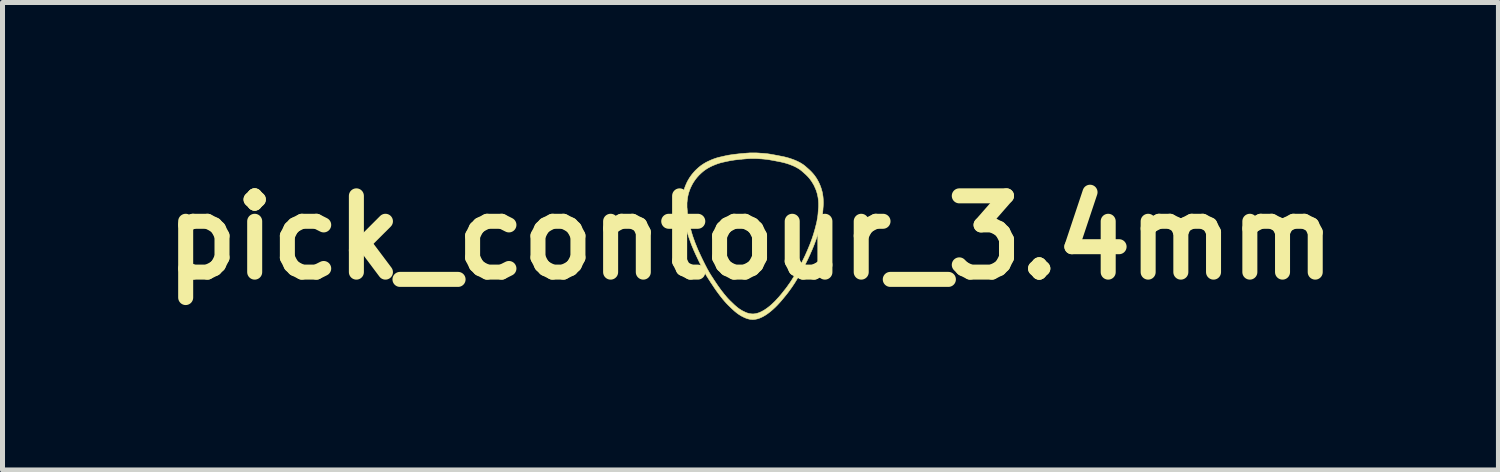
<source format=kicad_pcb>
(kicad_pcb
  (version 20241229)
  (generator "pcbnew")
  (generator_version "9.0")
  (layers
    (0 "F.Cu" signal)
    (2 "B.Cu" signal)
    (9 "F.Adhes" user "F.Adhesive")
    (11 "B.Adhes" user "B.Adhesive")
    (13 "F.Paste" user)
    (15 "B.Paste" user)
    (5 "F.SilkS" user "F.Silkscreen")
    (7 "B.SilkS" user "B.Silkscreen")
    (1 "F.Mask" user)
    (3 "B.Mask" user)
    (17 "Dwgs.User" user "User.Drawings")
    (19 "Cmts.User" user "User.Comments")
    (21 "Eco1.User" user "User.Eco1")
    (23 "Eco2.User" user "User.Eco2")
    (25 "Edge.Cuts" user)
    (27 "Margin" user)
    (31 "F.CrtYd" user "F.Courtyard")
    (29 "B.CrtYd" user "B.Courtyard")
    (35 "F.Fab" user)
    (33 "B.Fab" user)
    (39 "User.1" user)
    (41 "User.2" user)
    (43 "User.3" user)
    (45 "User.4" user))
  (footprint "pick_contour_3.4mm"
    (layer "F.Cu")
    (at 11.945 1.698)
    (property "Reference" "pick_contour_3.4mm" (at 0 0 0) (layer "F.SilkS") (effects (font (size 1.524 1.524) (thickness 0.3))))
    (attr through_hole)
    (fp_poly (pts (xy 0.15 -1.691) (xy 0.17 -1.69) (xy 0.188 -1.688) (xy 0.205 -1.687) (xy 0.222 -1.686) (xy 0.237 -1.685) (xy 0.252 -1.684) (xy 0.265 -1.683) (xy 0.278 -1.682) (xy 0.29 -1.681) (xy 0.301 -1.68) (xy 0.311 -1.679) (xy 0.321 -1.678) (xy 0.33 -1.677) (xy 0.338 -1.676) (xy 0.346 -1.675) (xy 0.354 -1.674) (xy 0.36 -1.673) (xy 0.362 -1.673) (xy 0.367 -1.672) (xy 0.374 -1.671) (xy 0.381 -1.67) (xy 0.39 -1.669) (xy 0.399 -1.667) (xy 0.409 -1.665) (xy 0.42 -1.663) (xy 0.432 -1.661) (xy 0.444 -1.659) (xy 0.457 -1.657) (xy 0.47 -1.654) (xy 0.484 -1.652) (xy 0.498 -1.649) (xy 0.502 -1.648) (xy 0.514 -1.646) (xy 0.526 -1.644) (xy 0.538 -1.642) (xy 0.55 -1.639) (xy 0.562 -1.637) (xy 0.574 -1.635) (xy 0.585 -1.632) (xy 0.597 -1.63) (xy 0.607 -1.628) (xy 0.617 -1.626) (xy 0.627 -1.624) (xy 0.635 -1.622) (xy 0.643 -1.621) (xy 0.651 -1.619) (xy 0.657 -1.618) (xy 0.662 -1.617) (xy 0.664 -1.617) (xy 0.701 -1.608) (xy 0.738 -1.598) (xy 0.774 -1.588) (xy 0.809 -1.576) (xy 0.844 -1.564) (xy 0.878 -1.551) (xy 0.907 -1.539) (xy 0.931 -1.528) (xy 0.954 -1.517) (xy 0.976 -1.506) (xy 0.998 -1.494) (xy 1.018 -1.482) (xy 1.032 -1.473) (xy 1.042 -1.467) (xy 1.051 -1.461) (xy 1.06 -1.455) (xy 1.068 -1.448) (xy 1.077 -1.442) (xy 1.085 -1.435) (xy 1.094 -1.428) (xy 1.103 -1.42) (xy 1.112 -1.412) (xy 1.122 -1.403) (xy 1.127 -1.399) (xy 1.132 -1.395) (xy 1.137 -1.39) (xy 1.142 -1.386) (xy 1.148 -1.381) (xy 1.153 -1.376) (xy 1.157 -1.372) (xy 1.159 -1.371) (xy 1.165 -1.365) (xy 1.171 -1.36) (xy 1.176 -1.356) (xy 1.18 -1.352) (xy 1.184 -1.348) (xy 1.188 -1.344) (xy 1.192 -1.34) (xy 1.196 -1.336) (xy 1.201 -1.332) (xy 1.202 -1.331) (xy 1.223 -1.309) (xy 1.243 -1.287) (xy 1.263 -1.264) (xy 1.281 -1.241) (xy 1.299 -1.216) (xy 1.316 -1.191) (xy 1.332 -1.165) (xy 1.347 -1.138) (xy 1.362 -1.111) (xy 1.364 -1.106) (xy 1.377 -1.079) (xy 1.389 -1.051) (xy 1.4 -1.023) (xy 1.41 -0.995) (xy 1.419 -0.967) (xy 1.427 -0.938) (xy 1.435 -0.909) (xy 1.441 -0.88) (xy 1.444 -0.859) (xy 1.447 -0.839) (xy 1.45 -0.818) (xy 1.452 -0.796) (xy 1.454 -0.774) (xy 1.455 -0.752) (xy 1.456 -0.729) (xy 1.457 -0.707) (xy 1.457 -0.686) (xy 1.457 -0.683) (xy 1.457 -0.68) (xy 1.456 -0.677) (xy 1.456 -0.674) (xy 1.456 -0.671) (xy 1.456 -0.668) (xy 1.456 -0.665) (xy 1.456 -0.662) (xy 1.456 -0.659) (xy 1.456 -0.655) (xy 1.455 -0.652) (xy 1.455 -0.648) (xy 1.455 -0.643) (xy 1.454 -0.638) (xy 1.454 -0.632) (xy 1.454 -0.626) (xy 1.453 -0.619) (xy 1.453 -0.612) (xy 1.452 -0.603) (xy 1.451 -0.594) (xy 1.45 -0.584) (xy 1.45 -0.573) (xy 1.449 -0.561) (xy 1.448 -0.548) (xy 1.448 -0.548) (xy 1.446 -0.532) (xy 1.445 -0.517) (xy 1.444 -0.503) (xy 1.442 -0.49) (xy 1.441 -0.477) (xy 1.44 -0.465) (xy 1.438 -0.453) (xy 1.437 -0.442) (xy 1.435 -0.431) (xy 1.434 -0.419) (xy 1.432 -0.408) (xy 1.43 -0.397) (xy 1.428 -0.385) (xy 1.425 -0.373) (xy 1.423 -0.361) (xy 1.419 -0.343) (xy 1.415 -0.325) (xy 1.411 -0.306) (xy 1.407 -0.287) (xy 1.402 -0.268) (xy 1.397 -0.248) (xy 1.392 -0.228) (xy 1.386 -0.207) (xy 1.38 -0.185) (xy 1.374 -0.162) (xy 1.367 -0.139) (xy 1.36 -0.115) (xy 1.358 -0.106) (xy 1.35 -0.08) (xy 1.342 -0.054) (xy 1.334 -0.028) (xy 1.325 -0.002) (xy 1.316 0.024) (xy 1.307 0.05) (xy 1.297 0.077) (xy 1.287 0.103) (xy 1.277 0.131) (xy 1.266 0.158) (xy 1.255 0.186) (xy 1.243 0.215) (xy 1.231 0.244) (xy 1.218 0.274) (xy 1.204 0.304) (xy 1.191 0.336) (xy 1.176 0.368) (xy 1.17 0.38) (xy 1.161 0.401) (xy 1.151 0.421) (xy 1.142 0.441) (xy 1.132 0.461) (xy 1.122 0.481) (xy 1.112 0.501) (xy 1.102 0.522) (xy 1.092 0.542) (xy 1.081 0.562) (xy 1.07 0.583) (xy 1.058 0.605) (xy 1.046 0.627) (xy 1.034 0.649) (xy 1.021 0.672) (xy 1.008 0.696) (xy 0.997 0.715) (xy 0.993 0.723) (xy 0.988 0.731) (xy 0.983 0.739) (xy 0.978 0.748) (xy 0.972 0.758) (xy 0.967 0.767) (xy 0.961 0.777) (xy 0.956 0.786) (xy 0.95 0.796) (xy 0.945 0.805) (xy 0.94 0.814) (xy 0.935 0.822) (xy 0.93 0.831) (xy 0.926 0.838) (xy 0.921 0.845) (xy 0.918 0.851) (xy 0.915 0.857) (xy 0.912 0.86) (xy 0.893 0.892) (xy 0.873 0.923) (xy 0.852 0.954) (xy 0.831 0.986) (xy 0.808 1.018) (xy 0.785 1.05) (xy 0.761 1.083) (xy 0.736 1.116) (xy 0.71 1.149) (xy 0.683 1.182) (xy 0.655 1.216) (xy 0.633 1.242) (xy 0.612 1.267) (xy 0.591 1.291) (xy 0.57 1.314) (xy 0.55 1.336) (xy 0.53 1.357) (xy 0.51 1.377) (xy 0.49 1.397) (xy 0.47 1.415) (xy 0.451 1.433) (xy 0.43 1.451) (xy 0.409 1.469) (xy 0.388 1.486) (xy 0.367 1.502) (xy 0.346 1.518) (xy 0.326 1.532) (xy 0.305 1.546) (xy 0.285 1.558) (xy 0.265 1.57) (xy 0.245 1.581) (xy 0.226 1.59) (xy 0.206 1.599) (xy 0.188 1.607) (xy 0.169 1.614) (xy 0.154 1.619) (xy 0.144 1.622) (xy 0.134 1.625) (xy 0.123 1.627) (xy 0.113 1.629) (xy 0.102 1.631) (xy 0.09 1.633) (xy 0.081 1.635) (xy 0.078 1.635) (xy 0.073 1.636) (xy 0.068 1.636) (xy 0.063 1.636) (xy 0.057 1.636) (xy 0.052 1.637) (xy 0.047 1.637) (xy 0.043 1.637) (xy 0.04 1.637) (xy 0.031 1.636) (xy 0.023 1.635) (xy 0.016 1.635) (xy 0.01 1.634) (xy 0.004 1.634) (xy -0.001 1.633) (xy -0.006 1.632) (xy -0.011 1.631) (xy -0.016 1.631) (xy -0.021 1.63) (xy -0.027 1.629) (xy -0.028 1.628) (xy -0.042 1.625) (xy -0.057 1.621) (xy -0.072 1.616) (xy -0.087 1.611) (xy -0.103 1.604) (xy -0.12 1.597) (xy -0.137 1.589) (xy -0.154 1.58) (xy -0.18 1.567) (xy -0.205 1.552) (xy -0.229 1.537) (xy -0.253 1.52) (xy -0.276 1.503) (xy -0.298 1.485) (xy -0.307 1.478) (xy -0.314 1.472) (xy -0.322 1.465) (xy -0.331 1.457) (xy -0.34 1.449) (xy -0.349 1.44) (xy -0.359 1.432) (xy -0.369 1.422) (xy -0.379 1.413) (xy -0.389 1.403) (xy -0.399 1.394) (xy -0.409 1.384) (xy -0.419 1.374) (xy -0.428 1.365) (xy -0.438 1.356) (xy -0.447 1.347) (xy -0.455 1.339) (xy -0.462 1.331) (xy -0.469 1.324) (xy -0.475 1.318) (xy -0.484 1.309) (xy -0.493 1.298) (xy -0.503 1.287) (xy -0.513 1.276) (xy -0.524 1.263) (xy -0.535 1.25) (xy -0.546 1.237) (xy -0.558 1.223) (xy -0.569 1.208) (xy -0.581 1.194) (xy -0.593 1.179) (xy -0.604 1.164) (xy -0.616 1.149) (xy -0.628 1.133) (xy -0.639 1.118) (xy -0.65 1.103) (xy -0.66 1.09) (xy -0.665 1.083) (xy -0.67 1.076) (xy -0.675 1.069) (xy -0.68 1.062) (xy -0.685 1.055) (xy -0.69 1.049) (xy -0.694 1.042) (xy -0.699 1.035) (xy -0.704 1.027) (xy -0.71 1.02) (xy -0.715 1.012) (xy -0.721 1.003) (xy -0.727 0.994) (xy -0.734 0.984) (xy -0.741 0.973) (xy -0.749 0.961) (xy -0.752 0.957) (xy -0.764 0.938) (xy -0.777 0.919) (xy -0.789 0.902) (xy -0.8 0.885) (xy -0.81 0.868) (xy -0.821 0.852) (xy -0.83 0.837) (xy -0.84 0.823) (xy -0.849 0.808) (xy -0.857 0.794) (xy -0.866 0.781) (xy -0.874 0.768) (xy -0.882 0.755) (xy -0.889 0.742) (xy -0.897 0.729) (xy -0.904 0.716) (xy -0.912 0.703) (xy -0.919 0.69) (xy -0.926 0.677) (xy -0.933 0.663) (xy -0.941 0.649) (xy -0.948 0.635) (xy -0.956 0.621) (xy -0.963 0.606) (xy -0.971 0.591) (xy -0.979 0.574) (xy -0.988 0.558) (xy -0.991 0.551) (xy -0.998 0.536) (xy -1.006 0.521) (xy -1.014 0.505) (xy -1.022 0.488) (xy -1.03 0.472) (xy -1.038 0.455) (xy -1.046 0.438) (xy -1.054 0.421) (xy -1.062 0.404) (xy -1.07 0.387) (xy -1.078 0.371) (xy -1.085 0.355) (xy -1.093 0.339) (xy -1.1 0.324) (xy -1.106 0.31) (xy -1.112 0.296) (xy -1.118 0.283) (xy -1.124 0.271) (xy -1.125 0.269) (xy -1.145 0.221) (xy -1.165 0.174) (xy -1.184 0.126) (xy -1.201 0.079) (xy -1.218 0.032) (xy -1.234 -0.014) (xy -1.249 -0.061) (xy -1.264 -0.108) (xy -1.277 -0.155) (xy -1.29 -0.203) (xy -1.302 -0.25) (xy -1.314 -0.299) (xy -1.324 -0.347) (xy -1.332 -0.384) (xy -1.335 -0.4) (xy -1.338 -0.414) (xy -1.34 -0.428) (xy -1.343 -0.44) (xy -1.345 -0.452) (xy -1.347 -0.463) (xy -1.348 -0.474) (xy -1.35 -0.484) (xy -1.351 -0.493) (xy -1.352 -0.501) (xy -1.353 -0.51) (xy -1.354 -0.518) (xy -1.355 -0.525) (xy -1.356 -0.533) (xy -1.356 -0.54) (xy -1.357 -0.548) (xy -1.357 -0.549) (xy -1.357 -0.565) (xy -1.358 -0.578) (xy -1.359 -0.591) (xy -1.36 -0.603) (xy -1.361 -0.614) (xy -1.362 -0.623) (xy -1.363 -0.632) (xy -1.363 -0.637) (xy -1.365 -0.65) (xy -1.365 -0.698) (xy -1.27 -0.698) (xy -1.27 -0.605) (xy -1.268 -0.593) (xy -1.267 -0.587) (xy -1.266 -0.58) (xy -1.266 -0.572) (xy -1.265 -0.563) (xy -1.264 -0.553) (xy -1.263 -0.542) (xy -1.263 -0.53) (xy -1.262 -0.518) (xy -1.262 -0.514) (xy -1.261 -0.507) (xy -1.261 -0.5) (xy -1.261 -0.494) (xy -1.26 -0.487) (xy -1.259 -0.481) (xy -1.259 -0.474) (xy -1.258 -0.467) (xy -1.257 -0.46) (xy -1.256 -0.452) (xy -1.254 -0.444) (xy -1.253 -0.435) (xy -1.251 -0.426) (xy -1.249 -0.415) (xy -1.247 -0.404) (xy -1.245 -0.392) (xy -1.245 -0.39) (xy -1.235 -0.343) (xy -1.226 -0.297) (xy -1.215 -0.252) (xy -1.204 -0.207) (xy -1.192 -0.162) (xy -1.18 -0.118) (xy -1.167 -0.073) (xy -1.153 -0.029) (xy -1.138 0.014) (xy -1.122 0.058) (xy -1.106 0.103) (xy -1.088 0.147) (xy -1.07 0.192) (xy -1.051 0.237) (xy -1.049 0.242) (xy -1.044 0.253) (xy -1.038 0.266) (xy -1.032 0.279) (xy -1.025 0.294) (xy -1.018 0.309) (xy -1.011 0.325) (xy -1.003 0.342) (xy -1.001 0.346) (xy -0.999 0.351) (xy -0.996 0.356) (xy -0.994 0.361) (xy -0.992 0.366) (xy -0.99 0.371) (xy -0.988 0.375) (xy -0.986 0.378) (xy -0.986 0.379) (xy -0.98 0.391) (xy -0.973 0.405) (xy -0.967 0.419) (xy -0.96 0.433) (xy -0.953 0.448) (xy -0.945 0.463) (xy -0.938 0.478) (xy -0.931 0.492) (xy -0.924 0.506) (xy -0.917 0.52) (xy -0.91 0.533) (xy -0.904 0.546) (xy -0.898 0.557) (xy -0.891 0.571) (xy -0.884 0.584) (xy -0.877 0.598) (xy -0.871 0.61) (xy -0.864 0.623) (xy -0.857 0.635) (xy -0.851 0.646) (xy -0.844 0.658) (xy -0.838 0.67) (xy -0.831 0.681) (xy -0.825 0.693) (xy -0.818 0.704) (xy -0.811 0.716) (xy -0.803 0.728) (xy -0.796 0.74) (xy -0.788 0.753) (xy -0.78 0.766) (xy -0.771 0.779) (xy -0.762 0.793) (xy -0.753 0.807) (xy -0.743 0.822) (xy -0.733 0.838) (xy -0.722 0.855) (xy -0.71 0.872) (xy -0.7 0.888) (xy -0.692 0.9) (xy -0.684 0.911) (xy -0.677 0.922) (xy -0.67 0.932) (xy -0.664 0.941) (xy -0.658 0.95) (xy -0.652 0.958) (xy -0.647 0.966) (xy -0.642 0.974) (xy -0.636 0.981) (xy -0.631 0.988) (xy -0.626 0.995) (xy -0.621 1.002) (xy -0.616 1.009) (xy -0.611 1.017) (xy -0.605 1.024) (xy -0.601 1.03) (xy -0.59 1.045) (xy -0.579 1.06) (xy -0.567 1.075) (xy -0.555 1.09) (xy -0.543 1.105) (xy -0.532 1.12) (xy -0.52 1.135) (xy -0.508 1.149) (xy -0.496 1.163) (xy -0.485 1.177) (xy -0.474 1.189) (xy -0.464 1.201) (xy -0.46 1.205) (xy -0.455 1.212) (xy -0.448 1.218) (xy -0.441 1.226) (xy -0.434 1.234) (xy -0.425 1.242) (xy -0.417 1.251) (xy -0.408 1.26) (xy -0.398 1.269) (xy -0.388 1.279) (xy -0.378 1.288) (xy -0.368 1.298) (xy -0.358 1.308) (xy -0.348 1.317) (xy -0.338 1.327) (xy -0.329 1.336) (xy -0.319 1.345) (xy -0.31 1.353) (xy -0.301 1.361) (xy -0.292 1.369) (xy -0.285 1.375) (xy -0.283 1.376) (xy -0.262 1.394) (xy -0.239 1.412) (xy -0.216 1.428) (xy -0.192 1.443) (xy -0.168 1.458) (xy -0.143 1.471) (xy -0.136 1.474) (xy -0.122 1.481) (xy -0.109 1.487) (xy -0.097 1.493) (xy -0.085 1.498) (xy -0.074 1.502) (xy -0.063 1.506) (xy -0.052 1.509) (xy -0.041 1.512) (xy -0.03 1.515) (xy -0.025 1.516) (xy -0.019 1.517) (xy -0.013 1.518) (xy -0.007 1.519) (xy -0.001 1.52) (xy 0.006 1.521) (xy 0.013 1.522) (xy 0.022 1.523) (xy 0.031 1.524) (xy 0.04 1.524) (xy 0.042 1.524) (xy 0.045 1.524) (xy 0.049 1.524) (xy 0.053 1.524) (xy 0.057 1.524) (xy 0.061 1.524) (xy 0.065 1.524) (xy 0.068 1.524) (xy 0.07 1.523) (xy 0.08 1.522) (xy 0.091 1.521) (xy 0.102 1.519) (xy 0.113 1.516) (xy 0.124 1.514) (xy 0.135 1.511) (xy 0.146 1.508) (xy 0.151 1.507) (xy 0.167 1.501) (xy 0.184 1.494) (xy 0.201 1.487) (xy 0.219 1.479) (xy 0.237 1.469) (xy 0.255 1.459) (xy 0.273 1.449) (xy 0.291 1.437) (xy 0.309 1.425) (xy 0.314 1.422) (xy 0.336 1.406) (xy 0.357 1.39) (xy 0.378 1.374) (xy 0.399 1.356) (xy 0.42 1.338) (xy 0.441 1.318) (xy 0.462 1.298) (xy 0.484 1.277) (xy 0.505 1.255) (xy 0.527 1.231) (xy 0.549 1.207) (xy 0.566 1.189) (xy 0.589 1.162) (xy 0.612 1.135) (xy 0.634 1.108) (xy 0.656 1.08) (xy 0.678 1.052) (xy 0.7 1.025) (xy 0.721 0.997) (xy 0.741 0.97) (xy 0.76 0.942) (xy 0.779 0.916) (xy 0.795 0.893) (xy 0.8 0.885) (xy 0.805 0.878) (xy 0.81 0.87) (xy 0.815 0.863) (xy 0.819 0.856) (xy 0.824 0.849) (xy 0.829 0.841) (xy 0.833 0.834) (xy 0.838 0.826) (xy 0.843 0.818) (xy 0.848 0.809) (xy 0.854 0.8) (xy 0.86 0.791) (xy 0.865 0.781) (xy 0.872 0.77) (xy 0.878 0.759) (xy 0.885 0.747) (xy 0.893 0.734) (xy 0.901 0.72) (xy 0.909 0.706) (xy 0.929 0.672) (xy 0.947 0.639) (xy 0.965 0.607) (xy 0.983 0.575) (xy 0.999 0.545) (xy 1.015 0.515) (xy 1.03 0.486) (xy 1.044 0.457) (xy 1.058 0.43) (xy 1.071 0.403) (xy 1.083 0.377) (xy 1.084 0.376) (xy 1.101 0.339) (xy 1.116 0.304) (xy 1.132 0.269) (xy 1.146 0.236) (xy 1.16 0.203) (xy 1.173 0.171) (xy 1.186 0.14) (xy 1.198 0.109) (xy 1.209 0.08) (xy 1.21 0.076) (xy 1.217 0.057) (xy 1.224 0.038) (xy 1.231 0.019) (xy 1.237 -0.000154) (xy 1.244 -0.019) (xy 1.25 -0.039) (xy 1.256 -0.058) (xy 1.263 -0.079) (xy 1.269 -0.1) (xy 1.275 -0.122) (xy 1.282 -0.144) (xy 1.29 -0.173) (xy 1.297 -0.201) (xy 1.304 -0.228) (xy 1.311 -0.254) (xy 1.317 -0.279) (xy 1.323 -0.304) (xy 1.328 -0.327) (xy 1.332 -0.35) (xy 1.336 -0.372) (xy 1.34 -0.392) (xy 1.342 -0.41) (xy 1.344 -0.419) (xy 1.345 -0.429) (xy 1.346 -0.437) (xy 1.347 -0.446) (xy 1.348 -0.455) (xy 1.349 -0.464) (xy 1.35 -0.474) (xy 1.351 -0.484) (xy 1.351 -0.495) (xy 1.352 -0.497) (xy 1.352 -0.504) (xy 1.353 -0.511) (xy 1.353 -0.519) (xy 1.354 -0.526) (xy 1.354 -0.534) (xy 1.355 -0.541) (xy 1.356 -0.547) (xy 1.356 -0.559) (xy 1.357 -0.569) (xy 1.358 -0.579) (xy 1.359 -0.588) (xy 1.359 -0.596) (xy 1.36 -0.603) (xy 1.36 -0.61) (xy 1.36 -0.616) (xy 1.361 -0.622) (xy 1.361 -0.628) (xy 1.361 -0.633) (xy 1.361 -0.638) (xy 1.361 -0.644) (xy 1.361 -0.649) (xy 1.361 -0.654) (xy 1.361 -0.659) (xy 1.361 -0.663) (xy 1.361 -0.683) (xy 1.36 -0.703) (xy 1.359 -0.721) (xy 1.358 -0.739) (xy 1.356 -0.757) (xy 1.354 -0.774) (xy 1.352 -0.791) (xy 1.349 -0.808) (xy 1.346 -0.825) (xy 1.343 -0.837) (xy 1.337 -0.865) (xy 1.33 -0.893) (xy 1.321 -0.921) (xy 1.312 -0.948) (xy 1.301 -0.975) (xy 1.289 -1.002) (xy 1.277 -1.029) (xy 1.264 -1.055) (xy 1.249 -1.08) (xy 1.234 -1.105) (xy 1.218 -1.13) (xy 1.201 -1.153) (xy 1.184 -1.176) (xy 1.167 -1.196) (xy 1.161 -1.203) (xy 1.155 -1.21) (xy 1.149 -1.217) (xy 1.142 -1.224) (xy 1.135 -1.231) (xy 1.128 -1.238) (xy 1.123 -1.243) (xy 1.119 -1.247) (xy 1.115 -1.251) (xy 1.111 -1.255) (xy 1.107 -1.259) (xy 1.103 -1.263) (xy 1.098 -1.267) (xy 1.093 -1.271) (xy 1.087 -1.276) (xy 1.085 -1.279) (xy 1.081 -1.282) (xy 1.077 -1.286) (xy 1.072 -1.29) (xy 1.067 -1.294) (xy 1.062 -1.299) (xy 1.058 -1.303) (xy 1.056 -1.305) (xy 1.052 -1.308) (xy 1.047 -1.312) (xy 1.043 -1.316) (xy 1.04 -1.319) (xy 1.036 -1.322) (xy 1.033 -1.324) (xy 1.032 -1.326) (xy 1.013 -1.341) (xy 0.994 -1.356) (xy 0.974 -1.37) (xy 0.953 -1.383) (xy 0.93 -1.396) (xy 0.907 -1.409) (xy 0.883 -1.421) (xy 0.863 -1.43) (xy 0.834 -1.443) (xy 0.804 -1.454) (xy 0.774 -1.466) (xy 0.742 -1.476) (xy 0.711 -1.486) (xy 0.678 -1.495) (xy 0.646 -1.503) (xy 0.625 -1.508) (xy 0.62 -1.509) (xy 0.614 -1.511) (xy 0.607 -1.512) (xy 0.599 -1.514) (xy 0.59 -1.515) (xy 0.58 -1.517) (xy 0.57 -1.519) (xy 0.56 -1.521) (xy 0.549 -1.524) (xy 0.537 -1.526) (xy 0.526 -1.528) (xy 0.514 -1.53) (xy 0.502 -1.533) (xy 0.489 -1.535) (xy 0.477 -1.537) (xy 0.465 -1.54) (xy 0.453 -1.542) (xy 0.442 -1.544) (xy 0.431 -1.546) (xy 0.42 -1.548) (xy 0.419 -1.548) (xy 0.407 -1.55) (xy 0.396 -1.552) (xy 0.386 -1.554) (xy 0.377 -1.556) (xy 0.369 -1.557) (xy 0.361 -1.558) (xy 0.354 -1.559) (xy 0.348 -1.56) (xy 0.341 -1.561) (xy 0.335 -1.562) (xy 0.329 -1.563) (xy 0.323 -1.564) (xy 0.317 -1.564) (xy 0.31 -1.565) (xy 0.304 -1.566) (xy 0.299 -1.566) (xy 0.295 -1.567) (xy 0.29 -1.567) (xy 0.283 -1.568) (xy 0.276 -1.568) (xy 0.268 -1.569) (xy 0.26 -1.57) (xy 0.251 -1.57) (xy 0.242 -1.571) (xy 0.233 -1.572) (xy 0.223 -1.573) (xy 0.214 -1.573) (xy 0.204 -1.574) (xy 0.195 -1.575) (xy 0.187 -1.575) (xy 0.178 -1.576) (xy 0.171 -1.576) (xy 0.168 -1.576) (xy 0.163 -1.577) (xy 0.157 -1.577) (xy 0.151 -1.578) (xy 0.144 -1.578) (xy 0.138 -1.578) (xy 0.132 -1.579) (xy 0.132 -1.579) (xy 0.129 -1.579) (xy 0.126 -1.579) (xy 0.123 -1.579) (xy 0.121 -1.58) (xy 0.118 -1.58) (xy 0.115 -1.58) (xy 0.112 -1.58) (xy 0.109 -1.58) (xy 0.105 -1.58) (xy 0.101 -1.58) (xy 0.096 -1.58) (xy 0.09 -1.58) (xy 0.084 -1.58) (xy 0.077 -1.58) (xy 0.069 -1.58) (xy 0.06 -1.58) (xy 0.054 -1.58) (xy 0.044 -1.58) (xy 0.035 -1.58) (xy 0.027 -1.58) (xy 0.02 -1.58) (xy 0.013 -1.58) (xy 0.007 -1.58) (xy 0.002 -1.58) (xy -0.003 -1.58) (xy -0.008 -1.58) (xy -0.013 -1.579) (xy -0.018 -1.579) (xy -0.023 -1.579) (xy -0.028 -1.579) (xy -0.033 -1.578) (xy -0.039 -1.578) (xy -0.045 -1.577) (xy -0.052 -1.577) (xy -0.059 -1.576) (xy -0.068 -1.576) (xy -0.068 -1.576) (xy -0.082 -1.575) (xy -0.095 -1.573) (xy -0.107 -1.573) (xy -0.118 -1.572) (xy -0.128 -1.571) (xy -0.138 -1.57) (xy -0.146 -1.569) (xy -0.155 -1.569) (xy -0.163 -1.568) (xy -0.17 -1.567) (xy -0.177 -1.566) (xy -0.184 -1.566) (xy -0.191 -1.565) (xy -0.198 -1.564) (xy -0.205 -1.564) (xy -0.211 -1.563) (xy -0.218 -1.562) (xy -0.226 -1.562) (xy -0.228 -1.561) (xy -0.248 -1.559) (xy -0.266 -1.557) (xy -0.284 -1.555) (xy -0.301 -1.553) (xy -0.317 -1.551) (xy -0.332 -1.549) (xy -0.347 -1.546) (xy -0.362 -1.544) (xy -0.376 -1.542) (xy -0.389 -1.54) (xy -0.403 -1.537) (xy -0.417 -1.535) (xy -0.43 -1.532) (xy -0.444 -1.529) (xy -0.458 -1.527) (xy -0.472 -1.523) (xy -0.487 -1.52) (xy -0.502 -1.517) (xy -0.514 -1.514) (xy -0.519 -1.513) (xy -0.524 -1.512) (xy -0.529 -1.511) (xy -0.534 -1.51) (xy -0.538 -1.509) (xy -0.541 -1.508) (xy -0.542 -1.508) (xy -0.559 -1.504) (xy -0.574 -1.5) (xy -0.589 -1.497) (xy -0.602 -1.493) (xy -0.615 -1.489) (xy -0.627 -1.486) (xy -0.638 -1.482) (xy -0.649 -1.479) (xy -0.654 -1.477) (xy -0.681 -1.467) (xy -0.707 -1.457) (xy -0.731 -1.447) (xy -0.755 -1.437) (xy -0.777 -1.427) (xy -0.799 -1.416) (xy -0.82 -1.405) (xy -0.841 -1.394) (xy -0.861 -1.382) (xy -0.88 -1.37) (xy -0.898 -1.358) (xy -0.905 -1.353) (xy -0.923 -1.34) (xy -0.94 -1.327) (xy -0.958 -1.312) (xy -0.975 -1.297) (xy -0.993 -1.281) (xy -1.01 -1.264) (xy -1.027 -1.248) (xy -1.043 -1.23) (xy -1.059 -1.213) (xy -1.071 -1.198) (xy -1.091 -1.174) (xy -1.109 -1.149) (xy -1.127 -1.123) (xy -1.143 -1.098) (xy -1.159 -1.071) (xy -1.173 -1.044) (xy -1.187 -1.016) (xy -1.2 -0.988) (xy -1.211 -0.96) (xy -1.222 -0.93) (xy -1.232 -0.9) (xy -1.236 -0.885) (xy -1.243 -0.859) (xy -1.249 -0.833) (xy -1.255 -0.807) (xy -1.259 -0.782) (xy -1.262 -0.757) (xy -1.265 -0.735) (xy -1.265 -0.73) (xy -1.266 -0.725) (xy -1.266 -0.721) (xy -1.266 -0.718) (xy -1.266 -0.716) (xy -1.267 -0.714) (xy -1.267 -0.711) (xy -1.267 -0.709) (xy -1.268 -0.707) (xy -1.268 -0.706) (xy -1.27 -0.698) (xy -1.365 -0.698) (xy -1.365 -0.744) (xy -1.364 -0.752) (xy -1.363 -0.755) (xy -1.363 -0.758) (xy -1.362 -0.761) (xy -1.362 -0.764) (xy -1.362 -0.766) (xy -1.361 -0.769) (xy -1.361 -0.772) (xy -1.361 -0.777) (xy -1.36 -0.781) (xy -1.36 -0.782) (xy -1.357 -0.809) (xy -1.354 -0.835) (xy -1.349 -0.862) (xy -1.344 -0.888) (xy -1.338 -0.914) (xy -1.331 -0.941) (xy -1.323 -0.968) (xy -1.317 -0.987) (xy -1.306 -1.018) (xy -1.294 -1.048) (xy -1.281 -1.077) (xy -1.268 -1.106) (xy -1.253 -1.135) (xy -1.237 -1.162) (xy -1.221 -1.19) (xy -1.203 -1.216) (xy -1.185 -1.242) (xy -1.165 -1.268) (xy -1.144 -1.293) (xy -1.123 -1.317) (xy -1.101 -1.341) (xy -1.077 -1.364) (xy -1.053 -1.386) (xy -1.035 -1.402) (xy -1.017 -1.417) (xy -0.998 -1.432) (xy -0.978 -1.447) (xy -0.958 -1.46) (xy -0.937 -1.474) (xy -0.916 -1.487) (xy -0.894 -1.5) (xy -0.871 -1.512) (xy -0.847 -1.524) (xy -0.822 -1.535) (xy -0.797 -1.547) (xy -0.77 -1.558) (xy -0.743 -1.569) (xy -0.714 -1.579) (xy -0.71 -1.581) (xy -0.702 -1.584) (xy -0.693 -1.586) (xy -0.685 -1.589) (xy -0.677 -1.592) (xy -0.668 -1.594) (xy -0.66 -1.597) (xy -0.651 -1.599) (xy -0.641 -1.602) (xy -0.631 -1.604) (xy -0.62 -1.607) (xy -0.608 -1.61) (xy -0.595 -1.613) (xy -0.595 -1.613) (xy -0.588 -1.614) (xy -0.581 -1.616) (xy -0.574 -1.618) (xy -0.566 -1.619) (xy -0.559 -1.621) (xy -0.552 -1.623) (xy -0.548 -1.624) (xy -0.529 -1.628) (xy -0.511 -1.632) (xy -0.493 -1.636) (xy -0.476 -1.639) (xy -0.46 -1.643) (xy -0.444 -1.646) (xy -0.428 -1.649) (xy -0.412 -1.651) (xy -0.395 -1.654) (xy -0.379 -1.656) (xy -0.362 -1.659) (xy -0.352 -1.66) (xy -0.341 -1.662) (xy -0.329 -1.663) (xy -0.317 -1.665) (xy -0.304 -1.666) (xy -0.291 -1.668) (xy -0.278 -1.669) (xy -0.264 -1.671) (xy -0.251 -1.672) (xy -0.238 -1.674) (xy -0.225 -1.675) (xy -0.213 -1.676) (xy -0.201 -1.678) (xy -0.191 -1.679) (xy -0.188 -1.679) (xy -0.181 -1.68) (xy -0.173 -1.68) (xy -0.165 -1.681) (xy -0.157 -1.682) (xy -0.148 -1.682) (xy -0.138 -1.683) (xy -0.129 -1.684) (xy -0.119 -1.685) (xy -0.109 -1.686) (xy -0.099 -1.686) (xy -0.09 -1.687) (xy -0.08 -1.688) (xy -0.071 -1.689) (xy -0.063 -1.689) (xy -0.054 -1.69) (xy -0.047 -1.69) (xy -0.04 -1.691) (xy -0.034 -1.691) (xy -0.028 -1.692) (xy -0.024 -1.692) (xy -0.02 -1.692) (xy -0.019 -1.692) (xy -0.017 -1.692) (xy -0.013 -1.692) (xy -0.008 -1.693) (xy -0.003 -1.693) (xy 0.004 -1.693) (xy 0.011 -1.693) (xy 0.019 -1.693) (xy 0.027 -1.693) (xy 0.037 -1.693) (xy 0.046 -1.693) (xy 0.056 -1.693) (xy 0.118 -1.693) (xy 0.15 -1.691)) (stroke (width 0.01) (type solid)) (fill yes) (layer "F.SilkS")))
  (gr_rect
    (start -3 -3)
    (end 26.891 6.34)
    (stroke (width 0.1) (type default))
    (fill no)
    (layer "Edge.Cuts")))
</source>
